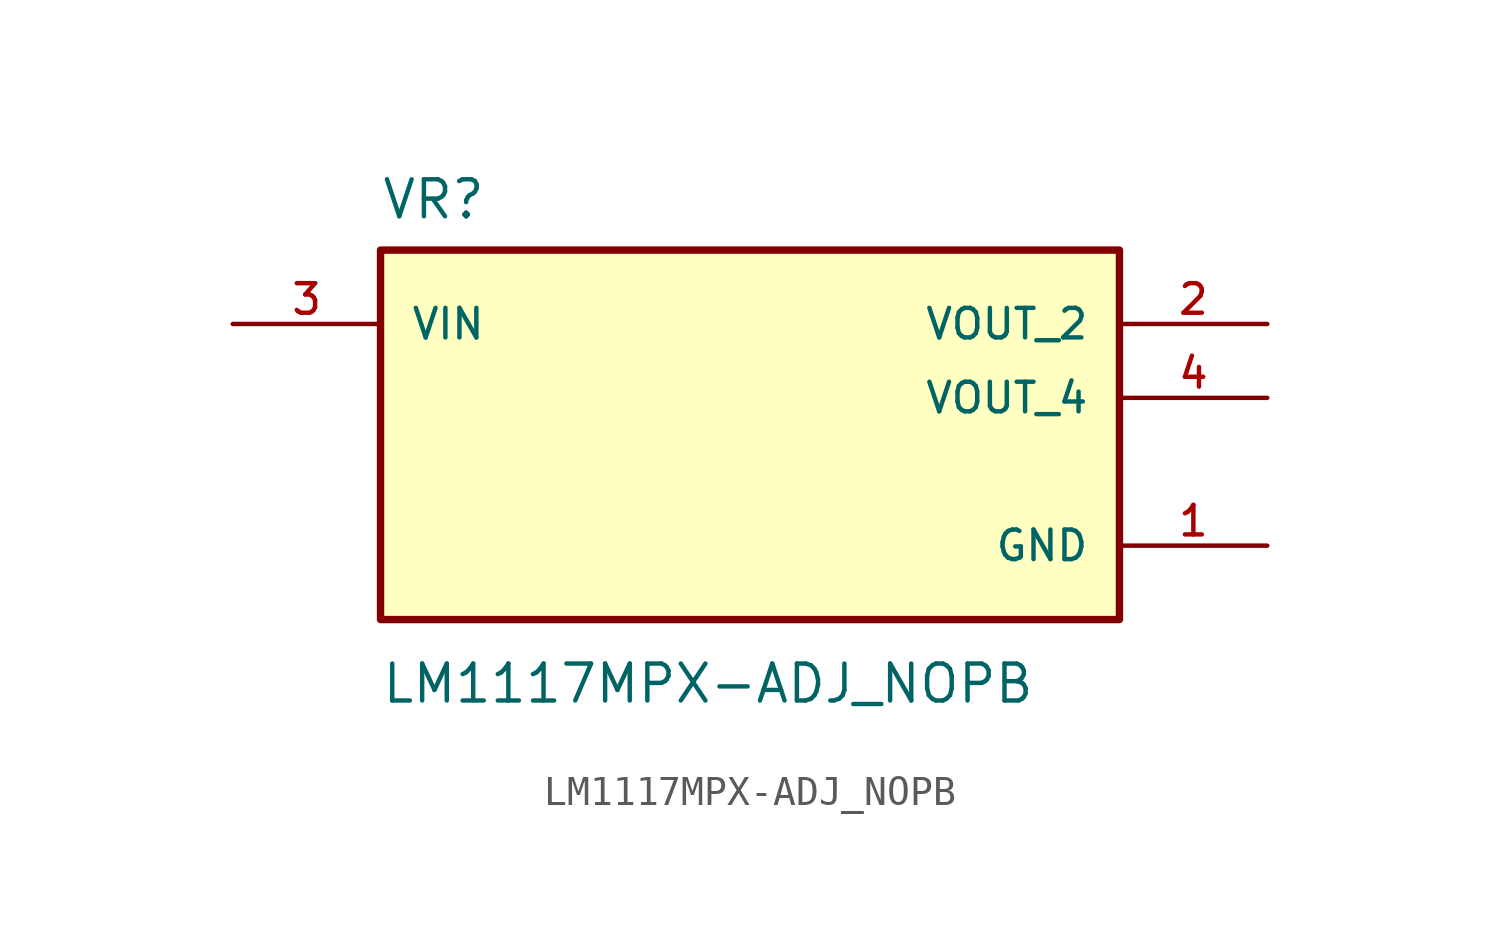
<source format=kicad_sym>
(kicad_symbol_lib
  (version 20211014)
  (generator kicad_symbol_editor)
  (symbol "LM1117MPX-ADJ_NOPB"
    (pin_names
      (offset 1.016))
    (property "Reference" "VR"
      (at -12.7 6.08 0.0)
      (effects (font (size 1.27 1.27)) (justify bottom left)))
    (property "Value" "LM1117MPX-ADJ_NOPB"
      (at -12.7 -9.08 0.0)
      (effects (font (size 1.27 1.27)) (justify top left)))
    (symbol "LM1117MPX-ADJ_NOPB_0_0"
      (rectangle (start -12.7 -7.62) (end 12.7 5.08) (stroke (width 0.254)) (fill (type background)))
      (pin input line (at -17.78 2.54 0) (length 5.08) (name "VIN" (effects (font (size 1.016 1.016)))) (number "3" (effects (font (size 1.016 1.016)))))
      (pin output line (at 17.78 2.54 180.0) (length 5.08) (name "VOUT_2" (effects (font (size 1.016 1.016)))) (number "2" (effects (font (size 1.016 1.016)))))
      (pin power_in line (at 17.78 -5.08 180.0) (length 5.08) (name "GND" (effects (font (size 1.016 1.016)))) (number "1" (effects (font (size 1.016 1.016)))))
      (pin output line (at 17.78 0.0 180.0) (length 5.08) (name "VOUT_4" (effects (font (size 1.016 1.016)))) (number "4" (effects (font (size 1.016 1.016))))))))
</source>
